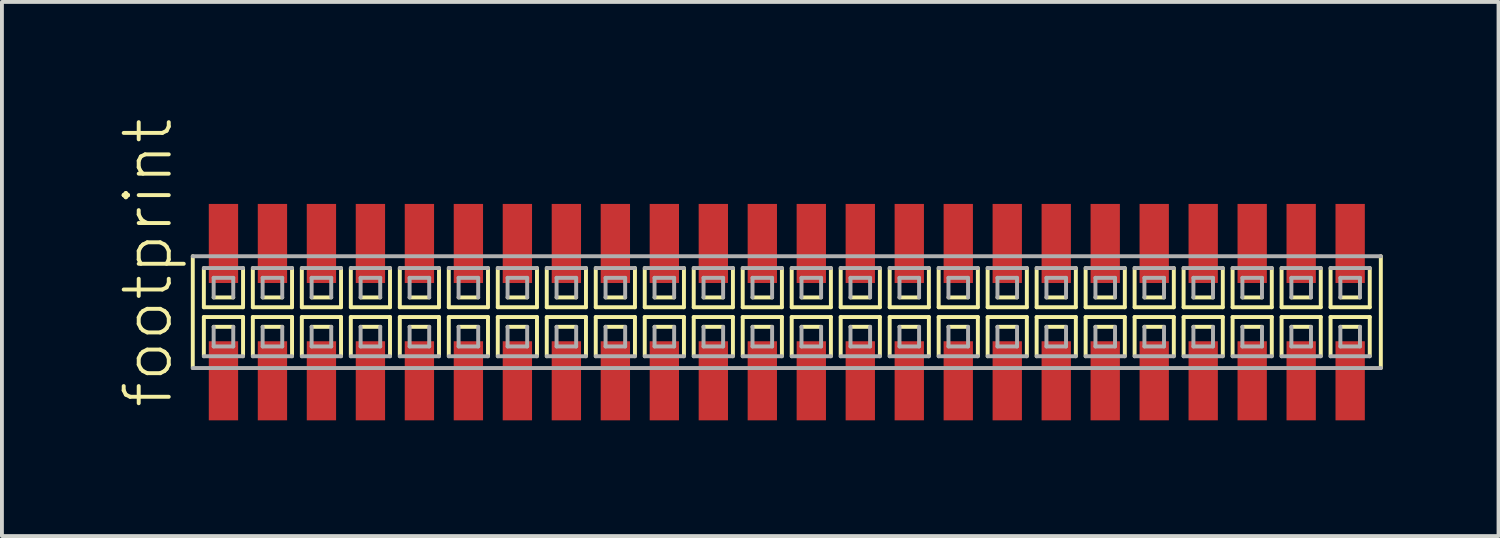
<source format=kicad_pcb>
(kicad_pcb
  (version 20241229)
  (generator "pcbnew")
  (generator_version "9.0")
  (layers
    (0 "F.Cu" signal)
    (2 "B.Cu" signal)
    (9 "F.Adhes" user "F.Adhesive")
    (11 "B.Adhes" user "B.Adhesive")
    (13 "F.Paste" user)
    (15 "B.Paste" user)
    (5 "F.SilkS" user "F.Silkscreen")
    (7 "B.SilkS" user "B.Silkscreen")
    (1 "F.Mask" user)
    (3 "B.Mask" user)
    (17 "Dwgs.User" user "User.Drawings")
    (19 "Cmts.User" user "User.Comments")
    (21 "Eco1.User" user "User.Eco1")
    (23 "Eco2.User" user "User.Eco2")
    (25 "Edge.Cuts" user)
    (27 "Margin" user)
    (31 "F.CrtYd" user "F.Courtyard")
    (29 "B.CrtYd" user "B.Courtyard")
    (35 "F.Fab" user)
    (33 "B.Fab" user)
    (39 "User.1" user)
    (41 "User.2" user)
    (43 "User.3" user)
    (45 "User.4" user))
  (footprint "footprint"
    (layer "F.Cu")
    (at 17.348 5.042)
    (property "Reference" "footprint" (at -15.875 2.54 90) (layer "F.SilkS") (effects (font (size 1.168 1.168) (thickness 0.102)) (justify left bottom)))
    (fp_line (start -15.4 -1.45) (end -15.4 1.45) (stroke (width 0.102) (type solid)) (layer "F.SilkS"))
    (fp_line (start -15.113 -1.143) (end -15.113 -0.127) (stroke (width 0.102) (type solid)) (layer "F.SilkS"))
    (fp_line (start -15.113 -0.127) (end -14.097 -0.127) (stroke (width 0.102) (type solid)) (layer "F.SilkS"))
    (fp_line (start -15.113 0.127) (end -15.113 1.143) (stroke (width 0.102) (type solid)) (layer "F.SilkS"))
    (fp_line (start -14.859 -0.381) (end -14.351 -0.381) (stroke (width 0.102) (type solid)) (layer "F.SilkS"))
    (fp_line (start -14.351 0.381) (end -14.859 0.381) (stroke (width 0.102) (type solid)) (layer "F.SilkS"))
    (fp_line (start -14.097 -0.127) (end -14.097 -1.143) (stroke (width 0.102) (type solid)) (layer "F.SilkS"))
    (fp_line (start -14.097 0.127) (end -15.113 0.127) (stroke (width 0.102) (type solid)) (layer "F.SilkS"))
    (fp_line (start -14.097 1.143) (end -14.097 0.127) (stroke (width 0.102) (type solid)) (layer "F.SilkS"))
    (fp_line (start -13.843 -1.143) (end -13.843 -0.127) (stroke (width 0.102) (type solid)) (layer "F.SilkS"))
    (fp_line (start -13.843 -0.127) (end -12.827 -0.127) (stroke (width 0.102) (type solid)) (layer "F.SilkS"))
    (fp_line (start -13.843 0.127) (end -13.843 1.143) (stroke (width 0.102) (type solid)) (layer "F.SilkS"))
    (fp_line (start -13.589 -0.381) (end -13.081 -0.381) (stroke (width 0.102) (type solid)) (layer "F.SilkS"))
    (fp_line (start -13.081 0.381) (end -13.589 0.381) (stroke (width 0.102) (type solid)) (layer "F.SilkS"))
    (fp_line (start -12.827 -0.127) (end -12.827 -1.143) (stroke (width 0.102) (type solid)) (layer "F.SilkS"))
    (fp_line (start -12.827 0.127) (end -13.843 0.127) (stroke (width 0.102) (type solid)) (layer "F.SilkS"))
    (fp_line (start -12.827 1.143) (end -12.827 0.127) (stroke (width 0.102) (type solid)) (layer "F.SilkS"))
    (fp_line (start -12.573 -1.143) (end -12.573 -0.127) (stroke (width 0.102) (type solid)) (layer "F.SilkS"))
    (fp_line (start -12.573 -0.127) (end -11.557 -0.127) (stroke (width 0.102) (type solid)) (layer "F.SilkS"))
    (fp_line (start -12.573 0.127) (end -12.573 1.143) (stroke (width 0.102) (type solid)) (layer "F.SilkS"))
    (fp_line (start -12.319 -0.381) (end -11.811 -0.381) (stroke (width 0.102) (type solid)) (layer "F.SilkS"))
    (fp_line (start -11.811 0.381) (end -12.319 0.381) (stroke (width 0.102) (type solid)) (layer "F.SilkS"))
    (fp_line (start -11.557 -0.127) (end -11.557 -1.143) (stroke (width 0.102) (type solid)) (layer "F.SilkS"))
    (fp_line (start -11.557 0.127) (end -12.573 0.127) (stroke (width 0.102) (type solid)) (layer "F.SilkS"))
    (fp_line (start -11.557 1.143) (end -11.557 0.127) (stroke (width 0.102) (type solid)) (layer "F.SilkS"))
    (fp_line (start -11.303 -1.143) (end -11.303 -0.127) (stroke (width 0.102) (type solid)) (layer "F.SilkS"))
    (fp_line (start -11.303 -0.127) (end -10.287 -0.127) (stroke (width 0.102) (type solid)) (layer "F.SilkS"))
    (fp_line (start -11.303 0.127) (end -11.303 1.143) (stroke (width 0.102) (type solid)) (layer "F.SilkS"))
    (fp_line (start -11.049 -0.381) (end -10.541 -0.381) (stroke (width 0.102) (type solid)) (layer "F.SilkS"))
    (fp_line (start -10.541 0.381) (end -11.049 0.381) (stroke (width 0.102) (type solid)) (layer "F.SilkS"))
    (fp_line (start -10.287 -0.127) (end -10.287 -1.143) (stroke (width 0.102) (type solid)) (layer "F.SilkS"))
    (fp_line (start -10.287 0.127) (end -11.303 0.127) (stroke (width 0.102) (type solid)) (layer "F.SilkS"))
    (fp_line (start -10.287 1.143) (end -10.287 0.127) (stroke (width 0.102) (type solid)) (layer "F.SilkS"))
    (fp_line (start -10.033 -1.143) (end -10.033 -0.127) (stroke (width 0.102) (type solid)) (layer "F.SilkS"))
    (fp_line (start -10.033 -0.127) (end -9.017 -0.127) (stroke (width 0.102) (type solid)) (layer "F.SilkS"))
    (fp_line (start -10.033 0.127) (end -10.033 1.143) (stroke (width 0.102) (type solid)) (layer "F.SilkS"))
    (fp_line (start -9.779 -0.381) (end -9.271 -0.381) (stroke (width 0.102) (type solid)) (layer "F.SilkS"))
    (fp_line (start -9.271 0.381) (end -9.779 0.381) (stroke (width 0.102) (type solid)) (layer "F.SilkS"))
    (fp_line (start -9.017 -0.127) (end -9.017 -1.143) (stroke (width 0.102) (type solid)) (layer "F.SilkS"))
    (fp_line (start -9.017 0.127) (end -10.033 0.127) (stroke (width 0.102) (type solid)) (layer "F.SilkS"))
    (fp_line (start -9.017 1.143) (end -9.017 0.127) (stroke (width 0.102) (type solid)) (layer "F.SilkS"))
    (fp_line (start -8.763 -1.143) (end -8.763 -0.127) (stroke (width 0.102) (type solid)) (layer "F.SilkS"))
    (fp_line (start -8.763 -0.127) (end -7.747 -0.127) (stroke (width 0.102) (type solid)) (layer "F.SilkS"))
    (fp_line (start -8.763 0.127) (end -8.763 1.143) (stroke (width 0.102) (type solid)) (layer "F.SilkS"))
    (fp_line (start -8.509 -0.381) (end -8.001 -0.381) (stroke (width 0.102) (type solid)) (layer "F.SilkS"))
    (fp_line (start -8.001 0.381) (end -8.509 0.381) (stroke (width 0.102) (type solid)) (layer "F.SilkS"))
    (fp_line (start -7.747 -0.127) (end -7.747 -1.143) (stroke (width 0.102) (type solid)) (layer "F.SilkS"))
    (fp_line (start -7.747 0.127) (end -8.763 0.127) (stroke (width 0.102) (type solid)) (layer "F.SilkS"))
    (fp_line (start -7.747 1.143) (end -7.747 0.127) (stroke (width 0.102) (type solid)) (layer "F.SilkS"))
    (fp_line (start -7.493 -1.143) (end -7.493 -0.127) (stroke (width 0.102) (type solid)) (layer "F.SilkS"))
    (fp_line (start -7.493 -0.127) (end -6.477 -0.127) (stroke (width 0.102) (type solid)) (layer "F.SilkS"))
    (fp_line (start -7.493 0.127) (end -7.493 1.143) (stroke (width 0.102) (type solid)) (layer "F.SilkS"))
    (fp_line (start -7.239 -0.381) (end -6.731 -0.381) (stroke (width 0.102) (type solid)) (layer "F.SilkS"))
    (fp_line (start -6.731 0.381) (end -7.239 0.381) (stroke (width 0.102) (type solid)) (layer "F.SilkS"))
    (fp_line (start -6.477 -0.127) (end -6.477 -1.143) (stroke (width 0.102) (type solid)) (layer "F.SilkS"))
    (fp_line (start -6.477 0.127) (end -7.493 0.127) (stroke (width 0.102) (type solid)) (layer "F.SilkS"))
    (fp_line (start -6.477 1.143) (end -6.477 0.127) (stroke (width 0.102) (type solid)) (layer "F.SilkS"))
    (fp_line (start -6.223 -1.143) (end -6.223 -0.127) (stroke (width 0.102) (type solid)) (layer "F.SilkS"))
    (fp_line (start -6.223 -0.127) (end -5.207 -0.127) (stroke (width 0.102) (type solid)) (layer "F.SilkS"))
    (fp_line (start -6.223 0.127) (end -6.223 1.143) (stroke (width 0.102) (type solid)) (layer "F.SilkS"))
    (fp_line (start -5.969 -0.381) (end -5.461 -0.381) (stroke (width 0.102) (type solid)) (layer "F.SilkS"))
    (fp_line (start -5.461 0.381) (end -5.969 0.381) (stroke (width 0.102) (type solid)) (layer "F.SilkS"))
    (fp_line (start -5.207 -0.127) (end -5.207 -1.143) (stroke (width 0.102) (type solid)) (layer "F.SilkS"))
    (fp_line (start -5.207 0.127) (end -6.223 0.127) (stroke (width 0.102) (type solid)) (layer "F.SilkS"))
    (fp_line (start -5.207 1.143) (end -5.207 0.127) (stroke (width 0.102) (type solid)) (layer "F.SilkS"))
    (fp_line (start -4.953 -1.143) (end -4.953 -0.127) (stroke (width 0.102) (type solid)) (layer "F.SilkS"))
    (fp_line (start -4.953 -0.127) (end -3.937 -0.127) (stroke (width 0.102) (type solid)) (layer "F.SilkS"))
    (fp_line (start -4.953 0.127) (end -4.953 1.143) (stroke (width 0.102) (type solid)) (layer "F.SilkS"))
    (fp_line (start -4.699 -0.381) (end -4.191 -0.381) (stroke (width 0.102) (type solid)) (layer "F.SilkS"))
    (fp_line (start -4.191 0.381) (end -4.699 0.381) (stroke (width 0.102) (type solid)) (layer "F.SilkS"))
    (fp_line (start -3.937 -0.127) (end -3.937 -1.143) (stroke (width 0.102) (type solid)) (layer "F.SilkS"))
    (fp_line (start -3.937 0.127) (end -4.953 0.127) (stroke (width 0.102) (type solid)) (layer "F.SilkS"))
    (fp_line (start -3.937 1.143) (end -3.937 0.127) (stroke (width 0.102) (type solid)) (layer "F.SilkS"))
    (fp_line (start -3.683 -1.143) (end -3.683 -0.127) (stroke (width 0.102) (type solid)) (layer "F.SilkS"))
    (fp_line (start -3.683 -0.127) (end -2.667 -0.127) (stroke (width 0.102) (type solid)) (layer "F.SilkS"))
    (fp_line (start -3.683 0.127) (end -3.683 1.143) (stroke (width 0.102) (type solid)) (layer "F.SilkS"))
    (fp_line (start -3.429 -0.381) (end -2.921 -0.381) (stroke (width 0.102) (type solid)) (layer "F.SilkS"))
    (fp_line (start -2.921 0.381) (end -3.429 0.381) (stroke (width 0.102) (type solid)) (layer "F.SilkS"))
    (fp_line (start -2.667 -0.127) (end -2.667 -1.143) (stroke (width 0.102) (type solid)) (layer "F.SilkS"))
    (fp_line (start -2.667 0.127) (end -3.683 0.127) (stroke (width 0.102) (type solid)) (layer "F.SilkS"))
    (fp_line (start -2.667 1.143) (end -2.667 0.127) (stroke (width 0.102) (type solid)) (layer "F.SilkS"))
    (fp_line (start -2.413 -1.143) (end -2.413 -0.127) (stroke (width 0.102) (type solid)) (layer "F.SilkS"))
    (fp_line (start -2.413 -0.127) (end -1.397 -0.127) (stroke (width 0.102) (type solid)) (layer "F.SilkS"))
    (fp_line (start -2.413 0.127) (end -2.413 1.143) (stroke (width 0.102) (type solid)) (layer "F.SilkS"))
    (fp_line (start -2.159 -0.381) (end -1.651 -0.381) (stroke (width 0.102) (type solid)) (layer "F.SilkS"))
    (fp_line (start -1.651 0.381) (end -2.159 0.381) (stroke (width 0.102) (type solid)) (layer "F.SilkS"))
    (fp_line (start -1.397 -0.127) (end -1.397 -1.143) (stroke (width 0.102) (type solid)) (layer "F.SilkS"))
    (fp_line (start -1.397 0.127) (end -2.413 0.127) (stroke (width 0.102) (type solid)) (layer "F.SilkS"))
    (fp_line (start -1.397 1.143) (end -1.397 0.127) (stroke (width 0.102) (type solid)) (layer "F.SilkS"))
    (fp_line (start -1.143 -1.143) (end -1.143 -0.127) (stroke (width 0.102) (type solid)) (layer "F.SilkS"))
    (fp_line (start -1.143 -0.127) (end -0.127 -0.127) (stroke (width 0.102) (type solid)) (layer "F.SilkS"))
    (fp_line (start -1.143 0.127) (end -1.143 1.143) (stroke (width 0.102) (type solid)) (layer "F.SilkS"))
    (fp_line (start -0.889 -0.381) (end -0.381 -0.381) (stroke (width 0.102) (type solid)) (layer "F.SilkS"))
    (fp_line (start -0.381 0.381) (end -0.889 0.381) (stroke (width 0.102) (type solid)) (layer "F.SilkS"))
    (fp_line (start -0.127 -0.127) (end -0.127 -1.143) (stroke (width 0.102) (type solid)) (layer "F.SilkS"))
    (fp_line (start -0.127 0.127) (end -1.143 0.127) (stroke (width 0.102) (type solid)) (layer "F.SilkS"))
    (fp_line (start -0.127 1.143) (end -0.127 0.127) (stroke (width 0.102) (type solid)) (layer "F.SilkS"))
    (fp_line (start 0.127 -1.143) (end 0.127 -0.127) (stroke (width 0.102) (type solid)) (layer "F.SilkS"))
    (fp_line (start 0.127 -0.127) (end 1.143 -0.127) (stroke (width 0.102) (type solid)) (layer "F.SilkS"))
    (fp_line (start 0.127 0.127) (end 0.127 1.143) (stroke (width 0.102) (type solid)) (layer "F.SilkS"))
    (fp_line (start 0.381 -0.381) (end 0.889 -0.381) (stroke (width 0.102) (type solid)) (layer "F.SilkS"))
    (fp_line (start 0.889 0.381) (end 0.381 0.381) (stroke (width 0.102) (type solid)) (layer "F.SilkS"))
    (fp_line (start 1.143 -0.127) (end 1.143 -1.143) (stroke (width 0.102) (type solid)) (layer "F.SilkS"))
    (fp_line (start 1.143 0.127) (end 0.127 0.127) (stroke (width 0.102) (type solid)) (layer "F.SilkS"))
    (fp_line (start 1.143 1.143) (end 1.143 0.127) (stroke (width 0.102) (type solid)) (layer "F.SilkS"))
    (fp_line (start 1.397 -1.143) (end 1.397 -0.127) (stroke (width 0.102) (type solid)) (layer "F.SilkS"))
    (fp_line (start 1.397 -0.127) (end 2.413 -0.127) (stroke (width 0.102) (type solid)) (layer "F.SilkS"))
    (fp_line (start 1.397 0.127) (end 1.397 1.143) (stroke (width 0.102) (type solid)) (layer "F.SilkS"))
    (fp_line (start 1.651 -0.381) (end 2.159 -0.381) (stroke (width 0.102) (type solid)) (layer "F.SilkS"))
    (fp_line (start 2.159 0.381) (end 1.651 0.381) (stroke (width 0.102) (type solid)) (layer "F.SilkS"))
    (fp_line (start 2.413 -0.127) (end 2.413 -1.143) (stroke (width 0.102) (type solid)) (layer "F.SilkS"))
    (fp_line (start 2.413 0.127) (end 1.397 0.127) (stroke (width 0.102) (type solid)) (layer "F.SilkS"))
    (fp_line (start 2.413 1.143) (end 2.413 0.127) (stroke (width 0.102) (type solid)) (layer "F.SilkS"))
    (fp_line (start 2.667 -1.143) (end 2.667 -0.127) (stroke (width 0.102) (type solid)) (layer "F.SilkS"))
    (fp_line (start 2.667 -0.127) (end 3.683 -0.127) (stroke (width 0.102) (type solid)) (layer "F.SilkS"))
    (fp_line (start 2.667 0.127) (end 2.667 1.143) (stroke (width 0.102) (type solid)) (layer "F.SilkS"))
    (fp_line (start 2.921 -0.381) (end 3.429 -0.381) (stroke (width 0.102) (type solid)) (layer "F.SilkS"))
    (fp_line (start 3.429 0.381) (end 2.921 0.381) (stroke (width 0.102) (type solid)) (layer "F.SilkS"))
    (fp_line (start 3.683 -0.127) (end 3.683 -1.143) (stroke (width 0.102) (type solid)) (layer "F.SilkS"))
    (fp_line (start 3.683 0.127) (end 2.667 0.127) (stroke (width 0.102) (type solid)) (layer "F.SilkS"))
    (fp_line (start 3.683 1.143) (end 3.683 0.127) (stroke (width 0.102) (type solid)) (layer "F.SilkS"))
    (fp_line (start 3.937 -1.143) (end 3.937 -0.127) (stroke (width 0.102) (type solid)) (layer "F.SilkS"))
    (fp_line (start 3.937 -0.127) (end 4.953 -0.127) (stroke (width 0.102) (type solid)) (layer "F.SilkS"))
    (fp_line (start 3.937 0.127) (end 3.937 1.143) (stroke (width 0.102) (type solid)) (layer "F.SilkS"))
    (fp_line (start 4.191 -0.381) (end 4.699 -0.381) (stroke (width 0.102) (type solid)) (layer "F.SilkS"))
    (fp_line (start 4.699 0.381) (end 4.191 0.381) (stroke (width 0.102) (type solid)) (layer "F.SilkS"))
    (fp_line (start 4.953 -0.127) (end 4.953 -1.143) (stroke (width 0.102) (type solid)) (layer "F.SilkS"))
    (fp_line (start 4.953 0.127) (end 3.937 0.127) (stroke (width 0.102) (type solid)) (layer "F.SilkS"))
    (fp_line (start 4.953 1.143) (end 4.953 0.127) (stroke (width 0.102) (type solid)) (layer "F.SilkS"))
    (fp_line (start 5.207 -1.143) (end 5.207 -0.127) (stroke (width 0.102) (type solid)) (layer "F.SilkS"))
    (fp_line (start 5.207 -0.127) (end 6.223 -0.127) (stroke (width 0.102) (type solid)) (layer "F.SilkS"))
    (fp_line (start 5.207 0.127) (end 5.207 1.143) (stroke (width 0.102) (type solid)) (layer "F.SilkS"))
    (fp_line (start 5.461 -0.381) (end 5.969 -0.381) (stroke (width 0.102) (type solid)) (layer "F.SilkS"))
    (fp_line (start 5.969 0.381) (end 5.461 0.381) (stroke (width 0.102) (type solid)) (layer "F.SilkS"))
    (fp_line (start 6.223 -0.127) (end 6.223 -1.143) (stroke (width 0.102) (type solid)) (layer "F.SilkS"))
    (fp_line (start 6.223 0.127) (end 5.207 0.127) (stroke (width 0.102) (type solid)) (layer "F.SilkS"))
    (fp_line (start 6.223 1.143) (end 6.223 0.127) (stroke (width 0.102) (type solid)) (layer "F.SilkS"))
    (fp_line (start 6.477 -1.143) (end 6.477 -0.127) (stroke (width 0.102) (type solid)) (layer "F.SilkS"))
    (fp_line (start 6.477 -0.127) (end 7.493 -0.127) (stroke (width 0.102) (type solid)) (layer "F.SilkS"))
    (fp_line (start 6.477 0.127) (end 6.477 1.143) (stroke (width 0.102) (type solid)) (layer "F.SilkS"))
    (fp_line (start 6.731 -0.381) (end 7.239 -0.381) (stroke (width 0.102) (type solid)) (layer "F.SilkS"))
    (fp_line (start 7.239 0.381) (end 6.731 0.381) (stroke (width 0.102) (type solid)) (layer "F.SilkS"))
    (fp_line (start 7.493 -0.127) (end 7.493 -1.143) (stroke (width 0.102) (type solid)) (layer "F.SilkS"))
    (fp_line (start 7.493 0.127) (end 6.477 0.127) (stroke (width 0.102) (type solid)) (layer "F.SilkS"))
    (fp_line (start 7.493 1.143) (end 7.493 0.127) (stroke (width 0.102) (type solid)) (layer "F.SilkS"))
    (fp_line (start 7.747 -1.143) (end 7.747 -0.127) (stroke (width 0.102) (type solid)) (layer "F.SilkS"))
    (fp_line (start 7.747 -0.127) (end 8.763 -0.127) (stroke (width 0.102) (type solid)) (layer "F.SilkS"))
    (fp_line (start 7.747 0.127) (end 7.747 1.143) (stroke (width 0.102) (type solid)) (layer "F.SilkS"))
    (fp_line (start 8.001 -0.381) (end 8.509 -0.381) (stroke (width 0.102) (type solid)) (layer "F.SilkS"))
    (fp_line (start 8.509 0.381) (end 8.001 0.381) (stroke (width 0.102) (type solid)) (layer "F.SilkS"))
    (fp_line (start 8.763 -0.127) (end 8.763 -1.143) (stroke (width 0.102) (type solid)) (layer "F.SilkS"))
    (fp_line (start 8.763 0.127) (end 7.747 0.127) (stroke (width 0.102) (type solid)) (layer "F.SilkS"))
    (fp_line (start 8.763 1.143) (end 8.763 0.127) (stroke (width 0.102) (type solid)) (layer "F.SilkS"))
    (fp_line (start 9.017 -1.143) (end 9.017 -0.127) (stroke (width 0.102) (type solid)) (layer "F.SilkS"))
    (fp_line (start 9.017 -0.127) (end 10.033 -0.127) (stroke (width 0.102) (type solid)) (layer "F.SilkS"))
    (fp_line (start 9.017 0.127) (end 9.017 1.143) (stroke (width 0.102) (type solid)) (layer "F.SilkS"))
    (fp_line (start 9.271 -0.381) (end 9.779 -0.381) (stroke (width 0.102) (type solid)) (layer "F.SilkS"))
    (fp_line (start 9.779 0.381) (end 9.271 0.381) (stroke (width 0.102) (type solid)) (layer "F.SilkS"))
    (fp_line (start 10.033 -0.127) (end 10.033 -1.143) (stroke (width 0.102) (type solid)) (layer "F.SilkS"))
    (fp_line (start 10.033 0.127) (end 9.017 0.127) (stroke (width 0.102) (type solid)) (layer "F.SilkS"))
    (fp_line (start 10.033 1.143) (end 10.033 0.127) (stroke (width 0.102) (type solid)) (layer "F.SilkS"))
    (fp_line (start 10.287 -1.143) (end 10.287 -0.127) (stroke (width 0.102) (type solid)) (layer "F.SilkS"))
    (fp_line (start 10.287 -0.127) (end 11.303 -0.127) (stroke (width 0.102) (type solid)) (layer "F.SilkS"))
    (fp_line (start 10.287 0.127) (end 10.287 1.143) (stroke (width 0.102) (type solid)) (layer "F.SilkS"))
    (fp_line (start 10.541 -0.381) (end 11.049 -0.381) (stroke (width 0.102) (type solid)) (layer "F.SilkS"))
    (fp_line (start 11.049 0.381) (end 10.541 0.381) (stroke (width 0.102) (type solid)) (layer "F.SilkS"))
    (fp_line (start 11.303 -0.127) (end 11.303 -1.143) (stroke (width 0.102) (type solid)) (layer "F.SilkS"))
    (fp_line (start 11.303 0.127) (end 10.287 0.127) (stroke (width 0.102) (type solid)) (layer "F.SilkS"))
    (fp_line (start 11.303 1.143) (end 11.303 0.127) (stroke (width 0.102) (type solid)) (layer "F.SilkS"))
    (fp_line (start 11.557 -1.143) (end 11.557 -0.127) (stroke (width 0.102) (type solid)) (layer "F.SilkS"))
    (fp_line (start 11.557 -0.127) (end 12.573 -0.127) (stroke (width 0.102) (type solid)) (layer "F.SilkS"))
    (fp_line (start 11.557 0.127) (end 11.557 1.143) (stroke (width 0.102) (type solid)) (layer "F.SilkS"))
    (fp_line (start 11.811 -0.381) (end 12.319 -0.381) (stroke (width 0.102) (type solid)) (layer "F.SilkS"))
    (fp_line (start 12.319 0.381) (end 11.811 0.381) (stroke (width 0.102) (type solid)) (layer "F.SilkS"))
    (fp_line (start 12.573 -0.127) (end 12.573 -1.143) (stroke (width 0.102) (type solid)) (layer "F.SilkS"))
    (fp_line (start 12.573 0.127) (end 11.557 0.127) (stroke (width 0.102) (type solid)) (layer "F.SilkS"))
    (fp_line (start 12.573 1.143) (end 12.573 0.127) (stroke (width 0.102) (type solid)) (layer "F.SilkS"))
    (fp_line (start 12.827 -1.143) (end 12.827 -0.127) (stroke (width 0.102) (type solid)) (layer "F.SilkS"))
    (fp_line (start 12.827 -0.127) (end 13.843 -0.127) (stroke (width 0.102) (type solid)) (layer "F.SilkS"))
    (fp_line (start 12.827 0.127) (end 12.827 1.143) (stroke (width 0.102) (type solid)) (layer "F.SilkS"))
    (fp_line (start 13.081 -0.381) (end 13.589 -0.381) (stroke (width 0.102) (type solid)) (layer "F.SilkS"))
    (fp_line (start 13.589 0.381) (end 13.081 0.381) (stroke (width 0.102) (type solid)) (layer "F.SilkS"))
    (fp_line (start 13.843 -0.127) (end 13.843 -1.143) (stroke (width 0.102) (type solid)) (layer "F.SilkS"))
    (fp_line (start 13.843 0.127) (end 12.827 0.127) (stroke (width 0.102) (type solid)) (layer "F.SilkS"))
    (fp_line (start 13.843 1.143) (end 13.843 0.127) (stroke (width 0.102) (type solid)) (layer "F.SilkS"))
    (fp_line (start 14.097 -1.143) (end 14.097 -0.127) (stroke (width 0.102) (type solid)) (layer "F.SilkS"))
    (fp_line (start 14.097 -0.127) (end 15.113 -0.127) (stroke (width 0.102) (type solid)) (layer "F.SilkS"))
    (fp_line (start 14.097 0.127) (end 14.097 1.143) (stroke (width 0.102) (type solid)) (layer "F.SilkS"))
    (fp_line (start 14.351 -0.381) (end 14.859 -0.381) (stroke (width 0.102) (type solid)) (layer "F.SilkS"))
    (fp_line (start 14.859 0.381) (end 14.351 0.381) (stroke (width 0.102) (type solid)) (layer "F.SilkS"))
    (fp_line (start 15.113 -0.127) (end 15.113 -1.143) (stroke (width 0.102) (type solid)) (layer "F.SilkS"))
    (fp_line (start 15.113 0.127) (end 14.097 0.127) (stroke (width 0.102) (type solid)) (layer "F.SilkS"))
    (fp_line (start 15.113 1.143) (end 15.113 0.127) (stroke (width 0.102) (type solid)) (layer "F.SilkS"))
    (fp_line (start 15.4 1.45) (end 15.4 -1.45) (stroke (width 0.102) (type solid)) (layer "F.SilkS"))
    (fp_line (start -15.4 1.45) (end 15.4 1.45) (stroke (width 0.102) (type solid)) (layer "F.Fab"))
    (fp_line (start -15.113 1.143) (end -14.097 1.143) (stroke (width 0.102) (type solid)) (layer "F.Fab"))
    (fp_line (start -14.859 -0.889) (end -14.859 -0.381) (stroke (width 0.102) (type solid)) (layer "F.Fab"))
    (fp_line (start -14.859 0.381) (end -14.859 0.889) (stroke (width 0.102) (type solid)) (layer "F.Fab"))
    (fp_line (start -14.859 0.889) (end -14.351 0.889) (stroke (width 0.102) (type solid)) (layer "F.Fab"))
    (fp_line (start -14.351 -0.889) (end -14.859 -0.889) (stroke (width 0.102) (type solid)) (layer "F.Fab"))
    (fp_line (start -14.351 -0.381) (end -14.351 -0.889) (stroke (width 0.102) (type solid)) (layer "F.Fab"))
    (fp_line (start -14.351 0.889) (end -14.351 0.381) (stroke (width 0.102) (type solid)) (layer "F.Fab"))
    (fp_line (start -14.097 -1.143) (end -15.113 -1.143) (stroke (width 0.102) (type solid)) (layer "F.Fab"))
    (fp_line (start -13.843 1.143) (end -12.827 1.143) (stroke (width 0.102) (type solid)) (layer "F.Fab"))
    (fp_line (start -13.589 -0.889) (end -13.589 -0.381) (stroke (width 0.102) (type solid)) (layer "F.Fab"))
    (fp_line (start -13.589 0.381) (end -13.589 0.889) (stroke (width 0.102) (type solid)) (layer "F.Fab"))
    (fp_line (start -13.589 0.889) (end -13.081 0.889) (stroke (width 0.102) (type solid)) (layer "F.Fab"))
    (fp_line (start -13.081 -0.889) (end -13.589 -0.889) (stroke (width 0.102) (type solid)) (layer "F.Fab"))
    (fp_line (start -13.081 -0.381) (end -13.081 -0.889) (stroke (width 0.102) (type solid)) (layer "F.Fab"))
    (fp_line (start -13.081 0.889) (end -13.081 0.381) (stroke (width 0.102) (type solid)) (layer "F.Fab"))
    (fp_line (start -12.827 -1.143) (end -13.843 -1.143) (stroke (width 0.102) (type solid)) (layer "F.Fab"))
    (fp_line (start -12.573 1.143) (end -11.557 1.143) (stroke (width 0.102) (type solid)) (layer "F.Fab"))
    (fp_line (start -12.319 -0.889) (end -12.319 -0.381) (stroke (width 0.102) (type solid)) (layer "F.Fab"))
    (fp_line (start -12.319 0.381) (end -12.319 0.889) (stroke (width 0.102) (type solid)) (layer "F.Fab"))
    (fp_line (start -12.319 0.889) (end -11.811 0.889) (stroke (width 0.102) (type solid)) (layer "F.Fab"))
    (fp_line (start -11.811 -0.889) (end -12.319 -0.889) (stroke (width 0.102) (type solid)) (layer "F.Fab"))
    (fp_line (start -11.811 -0.381) (end -11.811 -0.889) (stroke (width 0.102) (type solid)) (layer "F.Fab"))
    (fp_line (start -11.811 0.889) (end -11.811 0.381) (stroke (width 0.102) (type solid)) (layer "F.Fab"))
    (fp_line (start -11.557 -1.143) (end -12.573 -1.143) (stroke (width 0.102) (type solid)) (layer "F.Fab"))
    (fp_line (start -11.303 1.143) (end -10.287 1.143) (stroke (width 0.102) (type solid)) (layer "F.Fab"))
    (fp_line (start -11.049 -0.889) (end -11.049 -0.381) (stroke (width 0.102) (type solid)) (layer "F.Fab"))
    (fp_line (start -11.049 0.381) (end -11.049 0.889) (stroke (width 0.102) (type solid)) (layer "F.Fab"))
    (fp_line (start -11.049 0.889) (end -10.541 0.889) (stroke (width 0.102) (type solid)) (layer "F.Fab"))
    (fp_line (start -10.541 -0.889) (end -11.049 -0.889) (stroke (width 0.102) (type solid)) (layer "F.Fab"))
    (fp_line (start -10.541 -0.381) (end -10.541 -0.889) (stroke (width 0.102) (type solid)) (layer "F.Fab"))
    (fp_line (start -10.541 0.889) (end -10.541 0.381) (stroke (width 0.102) (type solid)) (layer "F.Fab"))
    (fp_line (start -10.287 -1.143) (end -11.303 -1.143) (stroke (width 0.102) (type solid)) (layer "F.Fab"))
    (fp_line (start -10.033 1.143) (end -9.017 1.143) (stroke (width 0.102) (type solid)) (layer "F.Fab"))
    (fp_line (start -9.779 -0.889) (end -9.779 -0.381) (stroke (width 0.102) (type solid)) (layer "F.Fab"))
    (fp_line (start -9.779 0.381) (end -9.779 0.889) (stroke (width 0.102) (type solid)) (layer "F.Fab"))
    (fp_line (start -9.779 0.889) (end -9.271 0.889) (stroke (width 0.102) (type solid)) (layer "F.Fab"))
    (fp_line (start -9.271 -0.889) (end -9.779 -0.889) (stroke (width 0.102) (type solid)) (layer "F.Fab"))
    (fp_line (start -9.271 -0.381) (end -9.271 -0.889) (stroke (width 0.102) (type solid)) (layer "F.Fab"))
    (fp_line (start -9.271 0.889) (end -9.271 0.381) (stroke (width 0.102) (type solid)) (layer "F.Fab"))
    (fp_line (start -9.017 -1.143) (end -10.033 -1.143) (stroke (width 0.102) (type solid)) (layer "F.Fab"))
    (fp_line (start -8.763 1.143) (end -7.747 1.143) (stroke (width 0.102) (type solid)) (layer "F.Fab"))
    (fp_line (start -8.509 -0.889) (end -8.509 -0.381) (stroke (width 0.102) (type solid)) (layer "F.Fab"))
    (fp_line (start -8.509 0.381) (end -8.509 0.889) (stroke (width 0.102) (type solid)) (layer "F.Fab"))
    (fp_line (start -8.509 0.889) (end -8.001 0.889) (stroke (width 0.102) (type solid)) (layer "F.Fab"))
    (fp_line (start -8.001 -0.889) (end -8.509 -0.889) (stroke (width 0.102) (type solid)) (layer "F.Fab"))
    (fp_line (start -8.001 -0.381) (end -8.001 -0.889) (stroke (width 0.102) (type solid)) (layer "F.Fab"))
    (fp_line (start -8.001 0.889) (end -8.001 0.381) (stroke (width 0.102) (type solid)) (layer "F.Fab"))
    (fp_line (start -7.747 -1.143) (end -8.763 -1.143) (stroke (width 0.102) (type solid)) (layer "F.Fab"))
    (fp_line (start -7.493 1.143) (end -6.477 1.143) (stroke (width 0.102) (type solid)) (layer "F.Fab"))
    (fp_line (start -7.239 -0.889) (end -7.239 -0.381) (stroke (width 0.102) (type solid)) (layer "F.Fab"))
    (fp_line (start -7.239 0.381) (end -7.239 0.889) (stroke (width 0.102) (type solid)) (layer "F.Fab"))
    (fp_line (start -7.239 0.889) (end -6.731 0.889) (stroke (width 0.102) (type solid)) (layer "F.Fab"))
    (fp_line (start -6.731 -0.889) (end -7.239 -0.889) (stroke (width 0.102) (type solid)) (layer "F.Fab"))
    (fp_line (start -6.731 -0.381) (end -6.731 -0.889) (stroke (width 0.102) (type solid)) (layer "F.Fab"))
    (fp_line (start -6.731 0.889) (end -6.731 0.381) (stroke (width 0.102) (type solid)) (layer "F.Fab"))
    (fp_line (start -6.477 -1.143) (end -7.493 -1.143) (stroke (width 0.102) (type solid)) (layer "F.Fab"))
    (fp_line (start -6.223 1.143) (end -5.207 1.143) (stroke (width 0.102) (type solid)) (layer "F.Fab"))
    (fp_line (start -5.969 -0.889) (end -5.969 -0.381) (stroke (width 0.102) (type solid)) (layer "F.Fab"))
    (fp_line (start -5.969 0.381) (end -5.969 0.889) (stroke (width 0.102) (type solid)) (layer "F.Fab"))
    (fp_line (start -5.969 0.889) (end -5.461 0.889) (stroke (width 0.102) (type solid)) (layer "F.Fab"))
    (fp_line (start -5.461 -0.889) (end -5.969 -0.889) (stroke (width 0.102) (type solid)) (layer "F.Fab"))
    (fp_line (start -5.461 -0.381) (end -5.461 -0.889) (stroke (width 0.102) (type solid)) (layer "F.Fab"))
    (fp_line (start -5.461 0.889) (end -5.461 0.381) (stroke (width 0.102) (type solid)) (layer "F.Fab"))
    (fp_line (start -5.207 -1.143) (end -6.223 -1.143) (stroke (width 0.102) (type solid)) (layer "F.Fab"))
    (fp_line (start -4.953 1.143) (end -3.937 1.143) (stroke (width 0.102) (type solid)) (layer "F.Fab"))
    (fp_line (start -4.699 -0.889) (end -4.699 -0.381) (stroke (width 0.102) (type solid)) (layer "F.Fab"))
    (fp_line (start -4.699 0.381) (end -4.699 0.889) (stroke (width 0.102) (type solid)) (layer "F.Fab"))
    (fp_line (start -4.699 0.889) (end -4.191 0.889) (stroke (width 0.102) (type solid)) (layer "F.Fab"))
    (fp_line (start -4.191 -0.889) (end -4.699 -0.889) (stroke (width 0.102) (type solid)) (layer "F.Fab"))
    (fp_line (start -4.191 -0.381) (end -4.191 -0.889) (stroke (width 0.102) (type solid)) (layer "F.Fab"))
    (fp_line (start -4.191 0.889) (end -4.191 0.381) (stroke (width 0.102) (type solid)) (layer "F.Fab"))
    (fp_line (start -3.937 -1.143) (end -4.953 -1.143) (stroke (width 0.102) (type solid)) (layer "F.Fab"))
    (fp_line (start -3.683 1.143) (end -2.667 1.143) (stroke (width 0.102) (type solid)) (layer "F.Fab"))
    (fp_line (start -3.429 -0.889) (end -3.429 -0.381) (stroke (width 0.102) (type solid)) (layer "F.Fab"))
    (fp_line (start -3.429 0.381) (end -3.429 0.889) (stroke (width 0.102) (type solid)) (layer "F.Fab"))
    (fp_line (start -3.429 0.889) (end -2.921 0.889) (stroke (width 0.102) (type solid)) (layer "F.Fab"))
    (fp_line (start -2.921 -0.889) (end -3.429 -0.889) (stroke (width 0.102) (type solid)) (layer "F.Fab"))
    (fp_line (start -2.921 -0.381) (end -2.921 -0.889) (stroke (width 0.102) (type solid)) (layer "F.Fab"))
    (fp_line (start -2.921 0.889) (end -2.921 0.381) (stroke (width 0.102) (type solid)) (layer "F.Fab"))
    (fp_line (start -2.667 -1.143) (end -3.683 -1.143) (stroke (width 0.102) (type solid)) (layer "F.Fab"))
    (fp_line (start -2.413 1.143) (end -1.397 1.143) (stroke (width 0.102) (type solid)) (layer "F.Fab"))
    (fp_line (start -2.159 -0.889) (end -2.159 -0.381) (stroke (width 0.102) (type solid)) (layer "F.Fab"))
    (fp_line (start -2.159 0.381) (end -2.159 0.889) (stroke (width 0.102) (type solid)) (layer "F.Fab"))
    (fp_line (start -2.159 0.889) (end -1.651 0.889) (stroke (width 0.102) (type solid)) (layer "F.Fab"))
    (fp_line (start -1.651 -0.889) (end -2.159 -0.889) (stroke (width 0.102) (type solid)) (layer "F.Fab"))
    (fp_line (start -1.651 -0.381) (end -1.651 -0.889) (stroke (width 0.102) (type solid)) (layer "F.Fab"))
    (fp_line (start -1.651 0.889) (end -1.651 0.381) (stroke (width 0.102) (type solid)) (layer "F.Fab"))
    (fp_line (start -1.397 -1.143) (end -2.413 -1.143) (stroke (width 0.102) (type solid)) (layer "F.Fab"))
    (fp_line (start -1.143 1.143) (end -0.127 1.143) (stroke (width 0.102) (type solid)) (layer "F.Fab"))
    (fp_line (start -0.889 -0.889) (end -0.889 -0.381) (stroke (width 0.102) (type solid)) (layer "F.Fab"))
    (fp_line (start -0.889 0.381) (end -0.889 0.889) (stroke (width 0.102) (type solid)) (layer "F.Fab"))
    (fp_line (start -0.889 0.889) (end -0.381 0.889) (stroke (width 0.102) (type solid)) (layer "F.Fab"))
    (fp_line (start -0.381 -0.889) (end -0.889 -0.889) (stroke (width 0.102) (type solid)) (layer "F.Fab"))
    (fp_line (start -0.381 -0.381) (end -0.381 -0.889) (stroke (width 0.102) (type solid)) (layer "F.Fab"))
    (fp_line (start -0.381 0.889) (end -0.381 0.381) (stroke (width 0.102) (type solid)) (layer "F.Fab"))
    (fp_line (start -0.127 -1.143) (end -1.143 -1.143) (stroke (width 0.102) (type solid)) (layer "F.Fab"))
    (fp_line (start 0.127 1.143) (end 1.143 1.143) (stroke (width 0.102) (type solid)) (layer "F.Fab"))
    (fp_line (start 0.381 -0.889) (end 0.381 -0.381) (stroke (width 0.102) (type solid)) (layer "F.Fab"))
    (fp_line (start 0.381 0.381) (end 0.381 0.889) (stroke (width 0.102) (type solid)) (layer "F.Fab"))
    (fp_line (start 0.381 0.889) (end 0.889 0.889) (stroke (width 0.102) (type solid)) (layer "F.Fab"))
    (fp_line (start 0.889 -0.889) (end 0.381 -0.889) (stroke (width 0.102) (type solid)) (layer "F.Fab"))
    (fp_line (start 0.889 -0.381) (end 0.889 -0.889) (stroke (width 0.102) (type solid)) (layer "F.Fab"))
    (fp_line (start 0.889 0.889) (end 0.889 0.381) (stroke (width 0.102) (type solid)) (layer "F.Fab"))
    (fp_line (start 1.143 -1.143) (end 0.127 -1.143) (stroke (width 0.102) (type solid)) (layer "F.Fab"))
    (fp_line (start 1.397 1.143) (end 2.413 1.143) (stroke (width 0.102) (type solid)) (layer "F.Fab"))
    (fp_line (start 1.651 -0.889) (end 1.651 -0.381) (stroke (width 0.102) (type solid)) (layer "F.Fab"))
    (fp_line (start 1.651 0.381) (end 1.651 0.889) (stroke (width 0.102) (type solid)) (layer "F.Fab"))
    (fp_line (start 1.651 0.889) (end 2.159 0.889) (stroke (width 0.102) (type solid)) (layer "F.Fab"))
    (fp_line (start 2.159 -0.889) (end 1.651 -0.889) (stroke (width 0.102) (type solid)) (layer "F.Fab"))
    (fp_line (start 2.159 -0.381) (end 2.159 -0.889) (stroke (width 0.102) (type solid)) (layer "F.Fab"))
    (fp_line (start 2.159 0.889) (end 2.159 0.381) (stroke (width 0.102) (type solid)) (layer "F.Fab"))
    (fp_line (start 2.413 -1.143) (end 1.397 -1.143) (stroke (width 0.102) (type solid)) (layer "F.Fab"))
    (fp_line (start 2.667 1.143) (end 3.683 1.143) (stroke (width 0.102) (type solid)) (layer "F.Fab"))
    (fp_line (start 2.921 -0.889) (end 2.921 -0.381) (stroke (width 0.102) (type solid)) (layer "F.Fab"))
    (fp_line (start 2.921 0.381) (end 2.921 0.889) (stroke (width 0.102) (type solid)) (layer "F.Fab"))
    (fp_line (start 2.921 0.889) (end 3.429 0.889) (stroke (width 0.102) (type solid)) (layer "F.Fab"))
    (fp_line (start 3.429 -0.889) (end 2.921 -0.889) (stroke (width 0.102) (type solid)) (layer "F.Fab"))
    (fp_line (start 3.429 -0.381) (end 3.429 -0.889) (stroke (width 0.102) (type solid)) (layer "F.Fab"))
    (fp_line (start 3.429 0.889) (end 3.429 0.381) (stroke (width 0.102) (type solid)) (layer "F.Fab"))
    (fp_line (start 3.683 -1.143) (end 2.667 -1.143) (stroke (width 0.102) (type solid)) (layer "F.Fab"))
    (fp_line (start 3.937 1.143) (end 4.953 1.143) (stroke (width 0.102) (type solid)) (layer "F.Fab"))
    (fp_line (start 4.191 -0.889) (end 4.191 -0.381) (stroke (width 0.102) (type solid)) (layer "F.Fab"))
    (fp_line (start 4.191 0.381) (end 4.191 0.889) (stroke (width 0.102) (type solid)) (layer "F.Fab"))
    (fp_line (start 4.191 0.889) (end 4.699 0.889) (stroke (width 0.102) (type solid)) (layer "F.Fab"))
    (fp_line (start 4.699 -0.889) (end 4.191 -0.889) (stroke (width 0.102) (type solid)) (layer "F.Fab"))
    (fp_line (start 4.699 -0.381) (end 4.699 -0.889) (stroke (width 0.102) (type solid)) (layer "F.Fab"))
    (fp_line (start 4.699 0.889) (end 4.699 0.381) (stroke (width 0.102) (type solid)) (layer "F.Fab"))
    (fp_line (start 4.953 -1.143) (end 3.937 -1.143) (stroke (width 0.102) (type solid)) (layer "F.Fab"))
    (fp_line (start 5.207 1.143) (end 6.223 1.143) (stroke (width 0.102) (type solid)) (layer "F.Fab"))
    (fp_line (start 5.461 -0.889) (end 5.461 -0.381) (stroke (width 0.102) (type solid)) (layer "F.Fab"))
    (fp_line (start 5.461 0.381) (end 5.461 0.889) (stroke (width 0.102) (type solid)) (layer "F.Fab"))
    (fp_line (start 5.461 0.889) (end 5.969 0.889) (stroke (width 0.102) (type solid)) (layer "F.Fab"))
    (fp_line (start 5.969 -0.889) (end 5.461 -0.889) (stroke (width 0.102) (type solid)) (layer "F.Fab"))
    (fp_line (start 5.969 -0.381) (end 5.969 -0.889) (stroke (width 0.102) (type solid)) (layer "F.Fab"))
    (fp_line (start 5.969 0.889) (end 5.969 0.381) (stroke (width 0.102) (type solid)) (layer "F.Fab"))
    (fp_line (start 6.223 -1.143) (end 5.207 -1.143) (stroke (width 0.102) (type solid)) (layer "F.Fab"))
    (fp_line (start 6.477 1.143) (end 7.493 1.143) (stroke (width 0.102) (type solid)) (layer "F.Fab"))
    (fp_line (start 6.731 -0.889) (end 6.731 -0.381) (stroke (width 0.102) (type solid)) (layer "F.Fab"))
    (fp_line (start 6.731 0.381) (end 6.731 0.889) (stroke (width 0.102) (type solid)) (layer "F.Fab"))
    (fp_line (start 6.731 0.889) (end 7.239 0.889) (stroke (width 0.102) (type solid)) (layer "F.Fab"))
    (fp_line (start 7.239 -0.889) (end 6.731 -0.889) (stroke (width 0.102) (type solid)) (layer "F.Fab"))
    (fp_line (start 7.239 -0.381) (end 7.239 -0.889) (stroke (width 0.102) (type solid)) (layer "F.Fab"))
    (fp_line (start 7.239 0.889) (end 7.239 0.381) (stroke (width 0.102) (type solid)) (layer "F.Fab"))
    (fp_line (start 7.493 -1.143) (end 6.477 -1.143) (stroke (width 0.102) (type solid)) (layer "F.Fab"))
    (fp_line (start 7.747 1.143) (end 8.763 1.143) (stroke (width 0.102) (type solid)) (layer "F.Fab"))
    (fp_line (start 8.001 -0.889) (end 8.001 -0.381) (stroke (width 0.102) (type solid)) (layer "F.Fab"))
    (fp_line (start 8.001 0.381) (end 8.001 0.889) (stroke (width 0.102) (type solid)) (layer "F.Fab"))
    (fp_line (start 8.001 0.889) (end 8.509 0.889) (stroke (width 0.102) (type solid)) (layer "F.Fab"))
    (fp_line (start 8.509 -0.889) (end 8.001 -0.889) (stroke (width 0.102) (type solid)) (layer "F.Fab"))
    (fp_line (start 8.509 -0.381) (end 8.509 -0.889) (stroke (width 0.102) (type solid)) (layer "F.Fab"))
    (fp_line (start 8.509 0.889) (end 8.509 0.381) (stroke (width 0.102) (type solid)) (layer "F.Fab"))
    (fp_line (start 8.763 -1.143) (end 7.747 -1.143) (stroke (width 0.102) (type solid)) (layer "F.Fab"))
    (fp_line (start 9.017 1.143) (end 10.033 1.143) (stroke (width 0.102) (type solid)) (layer "F.Fab"))
    (fp_line (start 9.271 -0.889) (end 9.271 -0.381) (stroke (width 0.102) (type solid)) (layer "F.Fab"))
    (fp_line (start 9.271 0.381) (end 9.271 0.889) (stroke (width 0.102) (type solid)) (layer "F.Fab"))
    (fp_line (start 9.271 0.889) (end 9.779 0.889) (stroke (width 0.102) (type solid)) (layer "F.Fab"))
    (fp_line (start 9.779 -0.889) (end 9.271 -0.889) (stroke (width 0.102) (type solid)) (layer "F.Fab"))
    (fp_line (start 9.779 -0.381) (end 9.779 -0.889) (stroke (width 0.102) (type solid)) (layer "F.Fab"))
    (fp_line (start 9.779 0.889) (end 9.779 0.381) (stroke (width 0.102) (type solid)) (layer "F.Fab"))
    (fp_line (start 10.033 -1.143) (end 9.017 -1.143) (stroke (width 0.102) (type solid)) (layer "F.Fab"))
    (fp_line (start 10.287 1.143) (end 11.303 1.143) (stroke (width 0.102) (type solid)) (layer "F.Fab"))
    (fp_line (start 10.541 -0.889) (end 10.541 -0.381) (stroke (width 0.102) (type solid)) (layer "F.Fab"))
    (fp_line (start 10.541 0.381) (end 10.541 0.889) (stroke (width 0.102) (type solid)) (layer "F.Fab"))
    (fp_line (start 10.541 0.889) (end 11.049 0.889) (stroke (width 0.102) (type solid)) (layer "F.Fab"))
    (fp_line (start 11.049 -0.889) (end 10.541 -0.889) (stroke (width 0.102) (type solid)) (layer "F.Fab"))
    (fp_line (start 11.049 -0.381) (end 11.049 -0.889) (stroke (width 0.102) (type solid)) (layer "F.Fab"))
    (fp_line (start 11.049 0.889) (end 11.049 0.381) (stroke (width 0.102) (type solid)) (layer "F.Fab"))
    (fp_line (start 11.303 -1.143) (end 10.287 -1.143) (stroke (width 0.102) (type solid)) (layer "F.Fab"))
    (fp_line (start 11.557 1.143) (end 12.573 1.143) (stroke (width 0.102) (type solid)) (layer "F.Fab"))
    (fp_line (start 11.811 -0.889) (end 11.811 -0.381) (stroke (width 0.102) (type solid)) (layer "F.Fab"))
    (fp_line (start 11.811 0.381) (end 11.811 0.889) (stroke (width 0.102) (type solid)) (layer "F.Fab"))
    (fp_line (start 11.811 0.889) (end 12.319 0.889) (stroke (width 0.102) (type solid)) (layer "F.Fab"))
    (fp_line (start 12.319 -0.889) (end 11.811 -0.889) (stroke (width 0.102) (type solid)) (layer "F.Fab"))
    (fp_line (start 12.319 -0.381) (end 12.319 -0.889) (stroke (width 0.102) (type solid)) (layer "F.Fab"))
    (fp_line (start 12.319 0.889) (end 12.319 0.381) (stroke (width 0.102) (type solid)) (layer "F.Fab"))
    (fp_line (start 12.573 -1.143) (end 11.557 -1.143) (stroke (width 0.102) (type solid)) (layer "F.Fab"))
    (fp_line (start 12.827 1.143) (end 13.843 1.143) (stroke (width 0.102) (type solid)) (layer "F.Fab"))
    (fp_line (start 13.081 -0.889) (end 13.081 -0.381) (stroke (width 0.102) (type solid)) (layer "F.Fab"))
    (fp_line (start 13.081 0.381) (end 13.081 0.889) (stroke (width 0.102) (type solid)) (layer "F.Fab"))
    (fp_line (start 13.081 0.889) (end 13.589 0.889) (stroke (width 0.102) (type solid)) (layer "F.Fab"))
    (fp_line (start 13.589 -0.889) (end 13.081 -0.889) (stroke (width 0.102) (type solid)) (layer "F.Fab"))
    (fp_line (start 13.589 -0.381) (end 13.589 -0.889) (stroke (width 0.102) (type solid)) (layer "F.Fab"))
    (fp_line (start 13.589 0.889) (end 13.589 0.381) (stroke (width 0.102) (type solid)) (layer "F.Fab"))
    (fp_line (start 13.843 -1.143) (end 12.827 -1.143) (stroke (width 0.102) (type solid)) (layer "F.Fab"))
    (fp_line (start 14.097 1.143) (end 15.113 1.143) (stroke (width 0.102) (type solid)) (layer "F.Fab"))
    (fp_line (start 14.351 -0.889) (end 14.351 -0.381) (stroke (width 0.102) (type solid)) (layer "F.Fab"))
    (fp_line (start 14.351 0.381) (end 14.351 0.889) (stroke (width 0.102) (type solid)) (layer "F.Fab"))
    (fp_line (start 14.351 0.889) (end 14.859 0.889) (stroke (width 0.102) (type solid)) (layer "F.Fab"))
    (fp_line (start 14.859 -0.889) (end 14.351 -0.889) (stroke (width 0.102) (type solid)) (layer "F.Fab"))
    (fp_line (start 14.859 -0.381) (end 14.859 -0.889) (stroke (width 0.102) (type solid)) (layer "F.Fab"))
    (fp_line (start 14.859 0.889) (end 14.859 0.381) (stroke (width 0.102) (type solid)) (layer "F.Fab"))
    (fp_line (start 15.113 -1.143) (end 14.097 -1.143) (stroke (width 0.102) (type solid)) (layer "F.Fab"))
    (fp_line (start 15.4 -1.45) (end -15.4 -1.45) (stroke (width 0.102) (type solid)) (layer "F.Fab"))
    (pad "1" smd rect (at -14.605 1.78) (size 0.76 2.05) (layers "F.Cu" "F.Mask" "F.Paste"))
    (pad "2" smd rect (at -14.605 -1.78) (size 0.76 2.05) (layers "F.Cu" "F.Mask" "F.Paste"))
    (pad "3" smd rect (at -13.335 1.78) (size 0.76 2.05) (layers "F.Cu" "F.Mask" "F.Paste"))
    (pad "4" smd rect (at -13.335 -1.78) (size 0.76 2.05) (layers "F.Cu" "F.Mask" "F.Paste"))
    (pad "5" smd rect (at -12.065 1.78) (size 0.76 2.05) (layers "F.Cu" "F.Mask" "F.Paste"))
    (pad "6" smd rect (at -12.065 -1.78) (size 0.76 2.05) (layers "F.Cu" "F.Mask" "F.Paste"))
    (pad "7" smd rect (at -10.795 1.78) (size 0.76 2.05) (layers "F.Cu" "F.Mask" "F.Paste"))
    (pad "8" smd rect (at -10.795 -1.78) (size 0.76 2.05) (layers "F.Cu" "F.Mask" "F.Paste"))
    (pad "9" smd rect (at -9.525 1.78) (size 0.76 2.05) (layers "F.Cu" "F.Mask" "F.Paste"))
    (pad "10" smd rect (at -9.525 -1.78) (size 0.76 2.05) (layers "F.Cu" "F.Mask" "F.Paste"))
    (pad "11" smd rect (at -8.255 1.78) (size 0.76 2.05) (layers "F.Cu" "F.Mask" "F.Paste"))
    (pad "12" smd rect (at -8.255 -1.78) (size 0.76 2.05) (layers "F.Cu" "F.Mask" "F.Paste"))
    (pad "13" smd rect (at -6.985 1.78) (size 0.76 2.05) (layers "F.Cu" "F.Mask" "F.Paste"))
    (pad "14" smd rect (at -6.985 -1.78) (size 0.76 2.05) (layers "F.Cu" "F.Mask" "F.Paste"))
    (pad "15" smd rect (at -5.715 1.78) (size 0.76 2.05) (layers "F.Cu" "F.Mask" "F.Paste"))
    (pad "16" smd rect (at -5.715 -1.78) (size 0.76 2.05) (layers "F.Cu" "F.Mask" "F.Paste"))
    (pad "17" smd rect (at -4.445 1.78) (size 0.76 2.05) (layers "F.Cu" "F.Mask" "F.Paste"))
    (pad "18" smd rect (at -4.445 -1.78) (size 0.76 2.05) (layers "F.Cu" "F.Mask" "F.Paste"))
    (pad "19" smd rect (at -3.175 1.78) (size 0.76 2.05) (layers "F.Cu" "F.Mask" "F.Paste"))
    (pad "20" smd rect (at -3.175 -1.78) (size 0.76 2.05) (layers "F.Cu" "F.Mask" "F.Paste"))
    (pad "21" smd rect (at -1.905 1.78) (size 0.76 2.05) (layers "F.Cu" "F.Mask" "F.Paste"))
    (pad "22" smd rect (at -1.905 -1.78) (size 0.76 2.05) (layers "F.Cu" "F.Mask" "F.Paste"))
    (pad "23" smd rect (at -0.635 1.78) (size 0.76 2.05) (layers "F.Cu" "F.Mask" "F.Paste"))
    (pad "24" smd rect (at -0.635 -1.78) (size 0.76 2.05) (layers "F.Cu" "F.Mask" "F.Paste"))
    (pad "25" smd rect (at 0.635 1.78) (size 0.76 2.05) (layers "F.Cu" "F.Mask" "F.Paste"))
    (pad "26" smd rect (at 0.635 -1.78) (size 0.76 2.05) (layers "F.Cu" "F.Mask" "F.Paste"))
    (pad "27" smd rect (at 1.905 1.78) (size 0.76 2.05) (layers "F.Cu" "F.Mask" "F.Paste"))
    (pad "28" smd rect (at 1.905 -1.78) (size 0.76 2.05) (layers "F.Cu" "F.Mask" "F.Paste"))
    (pad "29" smd rect (at 3.175 1.78) (size 0.76 2.05) (layers "F.Cu" "F.Mask" "F.Paste"))
    (pad "30" smd rect (at 3.175 -1.78) (size 0.76 2.05) (layers "F.Cu" "F.Mask" "F.Paste"))
    (pad "31" smd rect (at 4.445 1.78) (size 0.76 2.05) (layers "F.Cu" "F.Mask" "F.Paste"))
    (pad "32" smd rect (at 4.445 -1.78) (size 0.76 2.05) (layers "F.Cu" "F.Mask" "F.Paste"))
    (pad "33" smd rect (at 5.715 1.78) (size 0.76 2.05) (layers "F.Cu" "F.Mask" "F.Paste"))
    (pad "34" smd rect (at 5.715 -1.78) (size 0.76 2.05) (layers "F.Cu" "F.Mask" "F.Paste"))
    (pad "35" smd rect (at 6.985 1.78) (size 0.76 2.05) (layers "F.Cu" "F.Mask" "F.Paste"))
    (pad "36" smd rect (at 6.985 -1.78) (size 0.76 2.05) (layers "F.Cu" "F.Mask" "F.Paste"))
    (pad "37" smd rect (at 8.255 1.78) (size 0.76 2.05) (layers "F.Cu" "F.Mask" "F.Paste"))
    (pad "38" smd rect (at 8.255 -1.78) (size 0.76 2.05) (layers "F.Cu" "F.Mask" "F.Paste"))
    (pad "39" smd rect (at 9.525 1.78) (size 0.76 2.05) (layers "F.Cu" "F.Mask" "F.Paste"))
    (pad "40" smd rect (at 9.525 -1.78) (size 0.76 2.05) (layers "F.Cu" "F.Mask" "F.Paste"))
    (pad "41" smd rect (at 10.795 1.78) (size 0.76 2.05) (layers "F.Cu" "F.Mask" "F.Paste"))
    (pad "42" smd rect (at 10.795 -1.78) (size 0.76 2.05) (layers "F.Cu" "F.Mask" "F.Paste"))
    (pad "43" smd rect (at 12.065 1.78) (size 0.76 2.05) (layers "F.Cu" "F.Mask" "F.Paste"))
    (pad "44" smd rect (at 12.065 -1.78) (size 0.76 2.05) (layers "F.Cu" "F.Mask" "F.Paste"))
    (pad "45" smd rect (at 13.335 1.78) (size 0.76 2.05) (layers "F.Cu" "F.Mask" "F.Paste"))
    (pad "46" smd rect (at 13.335 -1.78) (size 0.76 2.05) (layers "F.Cu" "F.Mask" "F.Paste"))
    (pad "47" smd rect (at 14.605 1.78) (size 0.76 2.05) (layers "F.Cu" "F.Mask" "F.Paste"))
    (pad "48" smd rect (at 14.605 -1.78) (size 0.76 2.05) (layers "F.Cu" "F.Mask" "F.Paste")))
  (gr_rect
    (start -3 -3)
    (end 35.799 10.847)
    (stroke (width 0.1) (type default))
    (fill no)
    (layer "Edge.Cuts")))
</source>
